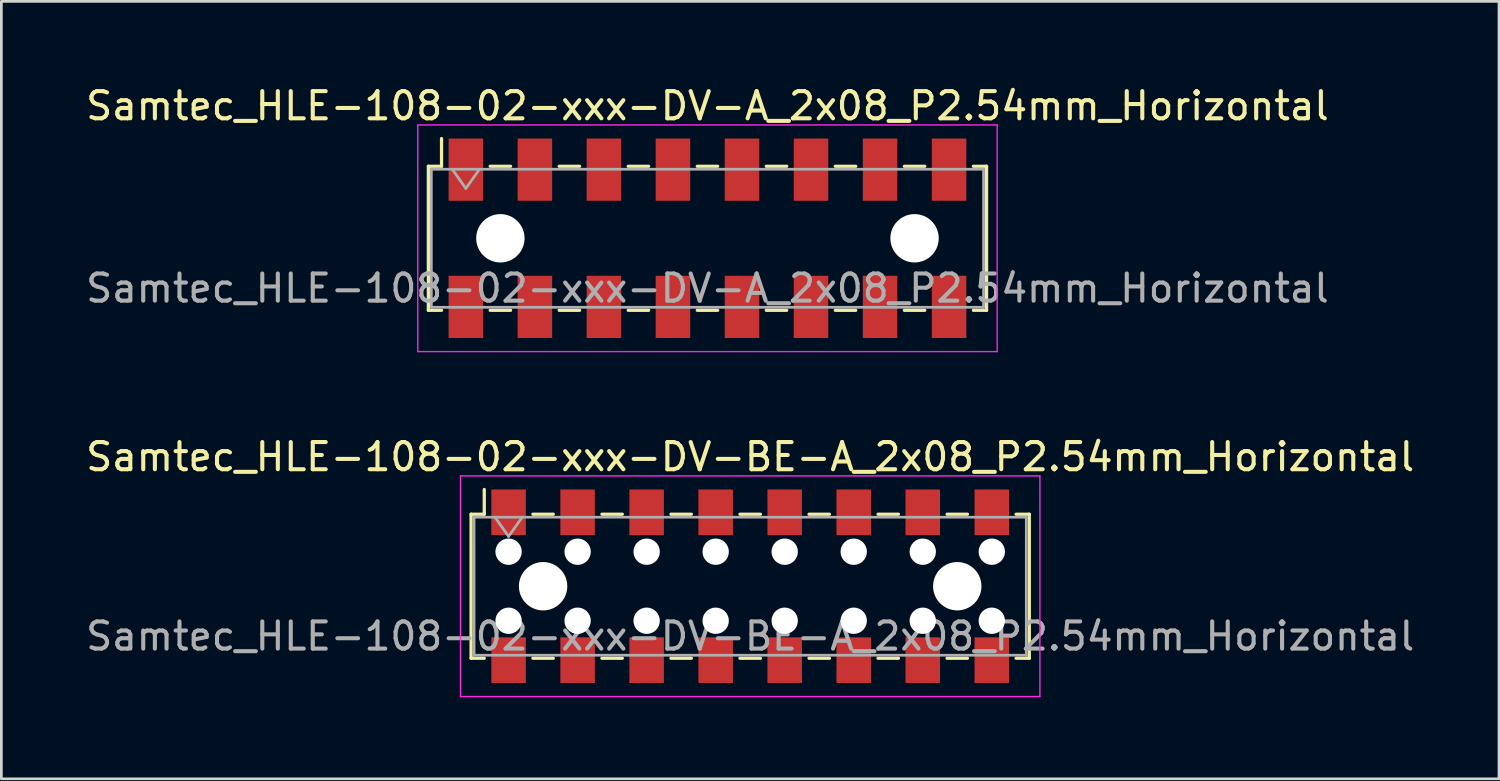
<source format=kicad_pcb>
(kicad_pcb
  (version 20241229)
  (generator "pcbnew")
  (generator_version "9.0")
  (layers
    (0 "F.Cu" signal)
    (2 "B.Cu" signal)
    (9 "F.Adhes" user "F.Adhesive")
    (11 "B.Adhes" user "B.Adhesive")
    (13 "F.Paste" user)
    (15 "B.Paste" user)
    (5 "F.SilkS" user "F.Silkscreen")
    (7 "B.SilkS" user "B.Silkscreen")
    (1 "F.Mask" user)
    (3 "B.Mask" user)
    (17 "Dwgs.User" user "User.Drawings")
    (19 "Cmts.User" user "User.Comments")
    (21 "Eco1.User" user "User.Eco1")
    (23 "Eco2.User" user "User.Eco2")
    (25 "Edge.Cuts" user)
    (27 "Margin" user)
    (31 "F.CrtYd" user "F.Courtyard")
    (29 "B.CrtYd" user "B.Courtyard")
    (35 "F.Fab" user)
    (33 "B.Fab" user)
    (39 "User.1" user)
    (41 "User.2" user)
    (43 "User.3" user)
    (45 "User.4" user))
  (footprint "Samtec_HLE-108-02-xxx-DV-BE-A_2x08_P2.54mm_Horizontal"
    (layer "F.Cu")
    (at 24.554 18.521)
    (property "Reference" "Samtec_HLE-108-02-xxx-DV-BE-A_2x08_P2.54mm_Horizontal" (at 0 -4.76 0) (layer "F.SilkS") (effects (font (size 1 1) (thickness 0.15))))
    (attr smd)
    (fp_line (start -10.27 -2.65) (end -10.27 2.65) (stroke (width 0.12) (type solid)) (layer "F.SilkS"))
    (fp_line (start -10.27 2.65) (end -9.785 2.65) (stroke (width 0.12) (type solid)) (layer "F.SilkS"))
    (fp_line (start -9.785 -3.56) (end -9.785 -2.65) (stroke (width 0.12) (type solid)) (layer "F.SilkS"))
    (fp_line (start -9.785 -2.65) (end -10.27 -2.65) (stroke (width 0.12) (type solid)) (layer "F.SilkS"))
    (fp_line (start -7.995 -2.65) (end -7.245 -2.65) (stroke (width 0.12) (type solid)) (layer "F.SilkS"))
    (fp_line (start -7.995 2.65) (end -7.245 2.65) (stroke (width 0.12) (type solid)) (layer "F.SilkS"))
    (fp_line (start -5.455 -2.65) (end -4.705 -2.65) (stroke (width 0.12) (type solid)) (layer "F.SilkS"))
    (fp_line (start -5.455 2.65) (end -4.705 2.65) (stroke (width 0.12) (type solid)) (layer "F.SilkS"))
    (fp_line (start -2.915 -2.65) (end -2.165 -2.65) (stroke (width 0.12) (type solid)) (layer "F.SilkS"))
    (fp_line (start -2.915 2.65) (end -2.165 2.65) (stroke (width 0.12) (type solid)) (layer "F.SilkS"))
    (fp_line (start -0.375 -2.65) (end 0.375 -2.65) (stroke (width 0.12) (type solid)) (layer "F.SilkS"))
    (fp_line (start -0.375 2.65) (end 0.375 2.65) (stroke (width 0.12) (type solid)) (layer "F.SilkS"))
    (fp_line (start 2.165 -2.65) (end 2.915 -2.65) (stroke (width 0.12) (type solid)) (layer "F.SilkS"))
    (fp_line (start 2.165 2.65) (end 2.915 2.65) (stroke (width 0.12) (type solid)) (layer "F.SilkS"))
    (fp_line (start 4.705 -2.65) (end 5.455 -2.65) (stroke (width 0.12) (type solid)) (layer "F.SilkS"))
    (fp_line (start 4.705 2.65) (end 5.455 2.65) (stroke (width 0.12) (type solid)) (layer "F.SilkS"))
    (fp_line (start 7.245 -2.65) (end 7.995 -2.65) (stroke (width 0.12) (type solid)) (layer "F.SilkS"))
    (fp_line (start 7.245 2.65) (end 7.995 2.65) (stroke (width 0.12) (type solid)) (layer "F.SilkS"))
    (fp_line (start 9.785 -2.65) (end 10.27 -2.65) (stroke (width 0.12) (type solid)) (layer "F.SilkS"))
    (fp_line (start 10.27 -2.65) (end 10.27 2.65) (stroke (width 0.12) (type solid)) (layer "F.SilkS"))
    (fp_line (start 10.27 2.65) (end 9.785 2.65) (stroke (width 0.12) (type solid)) (layer "F.SilkS"))
    (fp_line (start -10.66 -4.06) (end 10.66 -4.06) (stroke (width 0.05) (type solid)) (layer "F.CrtYd"))
    (fp_line (start -10.66 4.06) (end -10.66 -4.06) (stroke (width 0.05) (type solid)) (layer "F.CrtYd"))
    (fp_line (start 10.66 -4.06) (end 10.66 4.06) (stroke (width 0.05) (type solid)) (layer "F.CrtYd"))
    (fp_line (start 10.66 4.06) (end -10.66 4.06) (stroke (width 0.05) (type solid)) (layer "F.CrtYd"))
    (fp_line (start -10.16 -2.54) (end 10.16 -2.54) (stroke (width 0.1) (type solid)) (layer "F.Fab"))
    (fp_line (start -10.16 2.54) (end -10.16 -2.54) (stroke (width 0.1) (type solid)) (layer "F.Fab"))
    (fp_line (start -9.39 -2.54) (end -8.89 -1.833) (stroke (width 0.1) (type solid)) (layer "F.Fab"))
    (fp_line (start -8.89 -1.833) (end -8.39 -2.54) (stroke (width 0.1) (type solid)) (layer "F.Fab"))
    (fp_line (start 10.16 -2.54) (end 10.16 2.54) (stroke (width 0.1) (type solid)) (layer "F.Fab"))
    (fp_line (start 10.16 2.54) (end -10.16 2.54) (stroke (width 0.1) (type solid)) (layer "F.Fab"))
    (fp_text user "${REFERENCE}" (at 0 1.84 0) (layer "F.Fab") (effects (font (size 1 1) (thickness 0.15))))
    (pad "" np_thru_hole circle (at -8.89 -1.27) (size 0.97 0.97) (drill 0.97) (layers "*.Cu" "*.Mask"))
    (pad "" np_thru_hole circle (at -8.89 1.27) (size 0.97 0.97) (drill 0.97) (layers "*.Cu" "*.Mask"))
    (pad "" np_thru_hole circle (at -7.62 0) (size 1.78 1.78) (drill 1.78) (layers "*.Cu" "*.Mask"))
    (pad "" np_thru_hole circle (at -6.35 -1.27) (size 0.97 0.97) (drill 0.97) (layers "*.Cu" "*.Mask"))
    (pad "" np_thru_hole circle (at -6.35 1.27) (size 0.97 0.97) (drill 0.97) (layers "*.Cu" "*.Mask"))
    (pad "" np_thru_hole circle (at -3.81 -1.27) (size 0.97 0.97) (drill 0.97) (layers "*.Cu" "*.Mask"))
    (pad "" np_thru_hole circle (at -3.81 1.27) (size 0.97 0.97) (drill 0.97) (layers "*.Cu" "*.Mask"))
    (pad "" np_thru_hole circle (at -1.27 -1.27) (size 0.97 0.97) (drill 0.97) (layers "*.Cu" "*.Mask"))
    (pad "" np_thru_hole circle (at -1.27 1.27) (size 0.97 0.97) (drill 0.97) (layers "*.Cu" "*.Mask"))
    (pad "" np_thru_hole circle (at 1.27 -1.27) (size 0.97 0.97) (drill 0.97) (layers "*.Cu" "*.Mask"))
    (pad "" np_thru_hole circle (at 1.27 1.27) (size 0.97 0.97) (drill 0.97) (layers "*.Cu" "*.Mask"))
    (pad "" np_thru_hole circle (at 3.81 -1.27) (size 0.97 0.97) (drill 0.97) (layers "*.Cu" "*.Mask"))
    (pad "" np_thru_hole circle (at 3.81 1.27) (size 0.97 0.97) (drill 0.97) (layers "*.Cu" "*.Mask"))
    (pad "" np_thru_hole circle (at 6.35 -1.27) (size 0.97 0.97) (drill 0.97) (layers "*.Cu" "*.Mask"))
    (pad "" np_thru_hole circle (at 6.35 1.27) (size 0.97 0.97) (drill 0.97) (layers "*.Cu" "*.Mask"))
    (pad "" np_thru_hole circle (at 7.62 0) (size 1.78 1.78) (drill 1.78) (layers "*.Cu" "*.Mask"))
    (pad "" np_thru_hole circle (at 8.89 -1.27) (size 0.97 0.97) (drill 0.97) (layers "*.Cu" "*.Mask"))
    (pad "" np_thru_hole circle (at 8.89 1.27) (size 0.97 0.97) (drill 0.97) (layers "*.Cu" "*.Mask"))
    (pad "1" smd rect (at -8.89 -2.72) (size 1.27 1.68) (layers "F.Cu" "F.Mask" "F.Paste"))
    (pad "2" smd rect (at -8.89 2.72) (size 1.27 1.68) (layers "F.Cu" "F.Mask" "F.Paste"))
    (pad "3" smd rect (at -6.35 -2.72) (size 1.27 1.68) (layers "F.Cu" "F.Mask" "F.Paste"))
    (pad "4" smd rect (at -6.35 2.72) (size 1.27 1.68) (layers "F.Cu" "F.Mask" "F.Paste"))
    (pad "5" smd rect (at -3.81 -2.72) (size 1.27 1.68) (layers "F.Cu" "F.Mask" "F.Paste"))
    (pad "6" smd rect (at -3.81 2.72) (size 1.27 1.68) (layers "F.Cu" "F.Mask" "F.Paste"))
    (pad "7" smd rect (at -1.27 -2.72) (size 1.27 1.68) (layers "F.Cu" "F.Mask" "F.Paste"))
    (pad "8" smd rect (at -1.27 2.72) (size 1.27 1.68) (layers "F.Cu" "F.Mask" "F.Paste"))
    (pad "9" smd rect (at 1.27 -2.72) (size 1.27 1.68) (layers "F.Cu" "F.Mask" "F.Paste"))
    (pad "10" smd rect (at 1.27 2.72) (size 1.27 1.68) (layers "F.Cu" "F.Mask" "F.Paste"))
    (pad "11" smd rect (at 3.81 -2.72) (size 1.27 1.68) (layers "F.Cu" "F.Mask" "F.Paste"))
    (pad "12" smd rect (at 3.81 2.72) (size 1.27 1.68) (layers "F.Cu" "F.Mask" "F.Paste"))
    (pad "13" smd rect (at 6.35 -2.72) (size 1.27 1.68) (layers "F.Cu" "F.Mask" "F.Paste"))
    (pad "14" smd rect (at 6.35 2.72) (size 1.27 1.68) (layers "F.Cu" "F.Mask" "F.Paste"))
    (pad "15" smd rect (at 8.89 -2.72) (size 1.27 1.68) (layers "F.Cu" "F.Mask" "F.Paste"))
    (pad "16" smd rect (at 8.89 2.72) (size 1.27 1.68) (layers "F.Cu" "F.Mask" "F.Paste")))
  (footprint "Samtec_HLE-108-02-xxx-DV-A_2x08_P2.54mm_Horizontal"
    (layer "F.Cu")
    (at 22.982 5.718)
    (property "Reference" "Samtec_HLE-108-02-xxx-DV-A_2x08_P2.54mm_Horizontal" (at 0 -4.87 0) (layer "F.SilkS") (effects (font (size 1 1) (thickness 0.15))))
    (attr smd)
    (fp_line (start -10.27 -2.65) (end -10.27 2.65) (stroke (width 0.12) (type solid)) (layer "F.SilkS"))
    (fp_line (start -10.27 2.65) (end -9.785 2.65) (stroke (width 0.12) (type solid)) (layer "F.SilkS"))
    (fp_line (start -9.785 -3.67) (end -9.785 -2.65) (stroke (width 0.12) (type solid)) (layer "F.SilkS"))
    (fp_line (start -9.785 -2.65) (end -10.27 -2.65) (stroke (width 0.12) (type solid)) (layer "F.SilkS"))
    (fp_line (start -7.995 -2.65) (end -7.245 -2.65) (stroke (width 0.12) (type solid)) (layer "F.SilkS"))
    (fp_line (start -7.995 2.65) (end -7.245 2.65) (stroke (width 0.12) (type solid)) (layer "F.SilkS"))
    (fp_line (start -5.455 -2.65) (end -4.705 -2.65) (stroke (width 0.12) (type solid)) (layer "F.SilkS"))
    (fp_line (start -5.455 2.65) (end -4.705 2.65) (stroke (width 0.12) (type solid)) (layer "F.SilkS"))
    (fp_line (start -2.915 -2.65) (end -2.165 -2.65) (stroke (width 0.12) (type solid)) (layer "F.SilkS"))
    (fp_line (start -2.915 2.65) (end -2.165 2.65) (stroke (width 0.12) (type solid)) (layer "F.SilkS"))
    (fp_line (start -0.375 -2.65) (end 0.375 -2.65) (stroke (width 0.12) (type solid)) (layer "F.SilkS"))
    (fp_line (start -0.375 2.65) (end 0.375 2.65) (stroke (width 0.12) (type solid)) (layer "F.SilkS"))
    (fp_line (start 2.165 -2.65) (end 2.915 -2.65) (stroke (width 0.12) (type solid)) (layer "F.SilkS"))
    (fp_line (start 2.165 2.65) (end 2.915 2.65) (stroke (width 0.12) (type solid)) (layer "F.SilkS"))
    (fp_line (start 4.705 -2.65) (end 5.455 -2.65) (stroke (width 0.12) (type solid)) (layer "F.SilkS"))
    (fp_line (start 4.705 2.65) (end 5.455 2.65) (stroke (width 0.12) (type solid)) (layer "F.SilkS"))
    (fp_line (start 7.245 -2.65) (end 7.995 -2.65) (stroke (width 0.12) (type solid)) (layer "F.SilkS"))
    (fp_line (start 7.245 2.65) (end 7.995 2.65) (stroke (width 0.12) (type solid)) (layer "F.SilkS"))
    (fp_line (start 9.785 -2.65) (end 10.27 -2.65) (stroke (width 0.12) (type solid)) (layer "F.SilkS"))
    (fp_line (start 10.27 -2.65) (end 10.27 2.65) (stroke (width 0.12) (type solid)) (layer "F.SilkS"))
    (fp_line (start 10.27 2.65) (end 9.785 2.65) (stroke (width 0.12) (type solid)) (layer "F.SilkS"))
    (fp_line (start -10.66 -4.17) (end 10.66 -4.17) (stroke (width 0.05) (type solid)) (layer "F.CrtYd"))
    (fp_line (start -10.66 4.17) (end -10.66 -4.17) (stroke (width 0.05) (type solid)) (layer "F.CrtYd"))
    (fp_line (start 10.66 -4.17) (end 10.66 4.17) (stroke (width 0.05) (type solid)) (layer "F.CrtYd"))
    (fp_line (start 10.66 4.17) (end -10.66 4.17) (stroke (width 0.05) (type solid)) (layer "F.CrtYd"))
    (fp_line (start -10.16 -2.54) (end 10.16 -2.54) (stroke (width 0.1) (type solid)) (layer "F.Fab"))
    (fp_line (start -10.16 2.54) (end -10.16 -2.54) (stroke (width 0.1) (type solid)) (layer "F.Fab"))
    (fp_line (start -9.39 -2.54) (end -8.89 -1.833) (stroke (width 0.1) (type solid)) (layer "F.Fab"))
    (fp_line (start -8.89 -1.833) (end -8.39 -2.54) (stroke (width 0.1) (type solid)) (layer "F.Fab"))
    (fp_line (start 10.16 -2.54) (end 10.16 2.54) (stroke (width 0.1) (type solid)) (layer "F.Fab"))
    (fp_line (start 10.16 2.54) (end -10.16 2.54) (stroke (width 0.1) (type solid)) (layer "F.Fab"))
    (fp_text user "${REFERENCE}" (at 0 1.84 0) (layer "F.Fab") (effects (font (size 1 1) (thickness 0.15))))
    (pad "" np_thru_hole circle (at -7.62 0) (size 1.78 1.78) (drill 1.78) (layers "*.Cu" "*.Mask"))
    (pad "" np_thru_hole circle (at 7.62 0) (size 1.78 1.78) (drill 1.78) (layers "*.Cu" "*.Mask"))
    (pad "1" smd rect (at -8.89 -2.525) (size 1.27 2.29) (layers "F.Cu" "F.Mask" "F.Paste"))
    (pad "2" smd rect (at -8.89 2.525) (size 1.27 2.29) (layers "F.Cu" "F.Mask" "F.Paste"))
    (pad "3" smd rect (at -6.35 -2.525) (size 1.27 2.29) (layers "F.Cu" "F.Mask" "F.Paste"))
    (pad "4" smd rect (at -6.35 2.525) (size 1.27 2.29) (layers "F.Cu" "F.Mask" "F.Paste"))
    (pad "5" smd rect (at -3.81 -2.525) (size 1.27 2.29) (layers "F.Cu" "F.Mask" "F.Paste"))
    (pad "6" smd rect (at -3.81 2.525) (size 1.27 2.29) (layers "F.Cu" "F.Mask" "F.Paste"))
    (pad "7" smd rect (at -1.27 -2.525) (size 1.27 2.29) (layers "F.Cu" "F.Mask" "F.Paste"))
    (pad "8" smd rect (at -1.27 2.525) (size 1.27 2.29) (layers "F.Cu" "F.Mask" "F.Paste"))
    (pad "9" smd rect (at 1.27 -2.525) (size 1.27 2.29) (layers "F.Cu" "F.Mask" "F.Paste"))
    (pad "10" smd rect (at 1.27 2.525) (size 1.27 2.29) (layers "F.Cu" "F.Mask" "F.Paste"))
    (pad "11" smd rect (at 3.81 -2.525) (size 1.27 2.29) (layers "F.Cu" "F.Mask" "F.Paste"))
    (pad "12" smd rect (at 3.81 2.525) (size 1.27 2.29) (layers "F.Cu" "F.Mask" "F.Paste"))
    (pad "13" smd rect (at 6.35 -2.525) (size 1.27 2.29) (layers "F.Cu" "F.Mask" "F.Paste"))
    (pad "14" smd rect (at 6.35 2.525) (size 1.27 2.29) (layers "F.Cu" "F.Mask" "F.Paste"))
    (pad "15" smd rect (at 8.89 -2.525) (size 1.27 2.29) (layers "F.Cu" "F.Mask" "F.Paste"))
    (pad "16" smd rect (at 8.89 2.525) (size 1.27 2.29) (layers "F.Cu" "F.Mask" "F.Paste")))
  (gr_rect
    (start -3 -3)
    (end 52.107 25.607)
    (stroke (width 0.1) (type default))
    (fill no)
    (layer "Edge.Cuts")))
</source>
